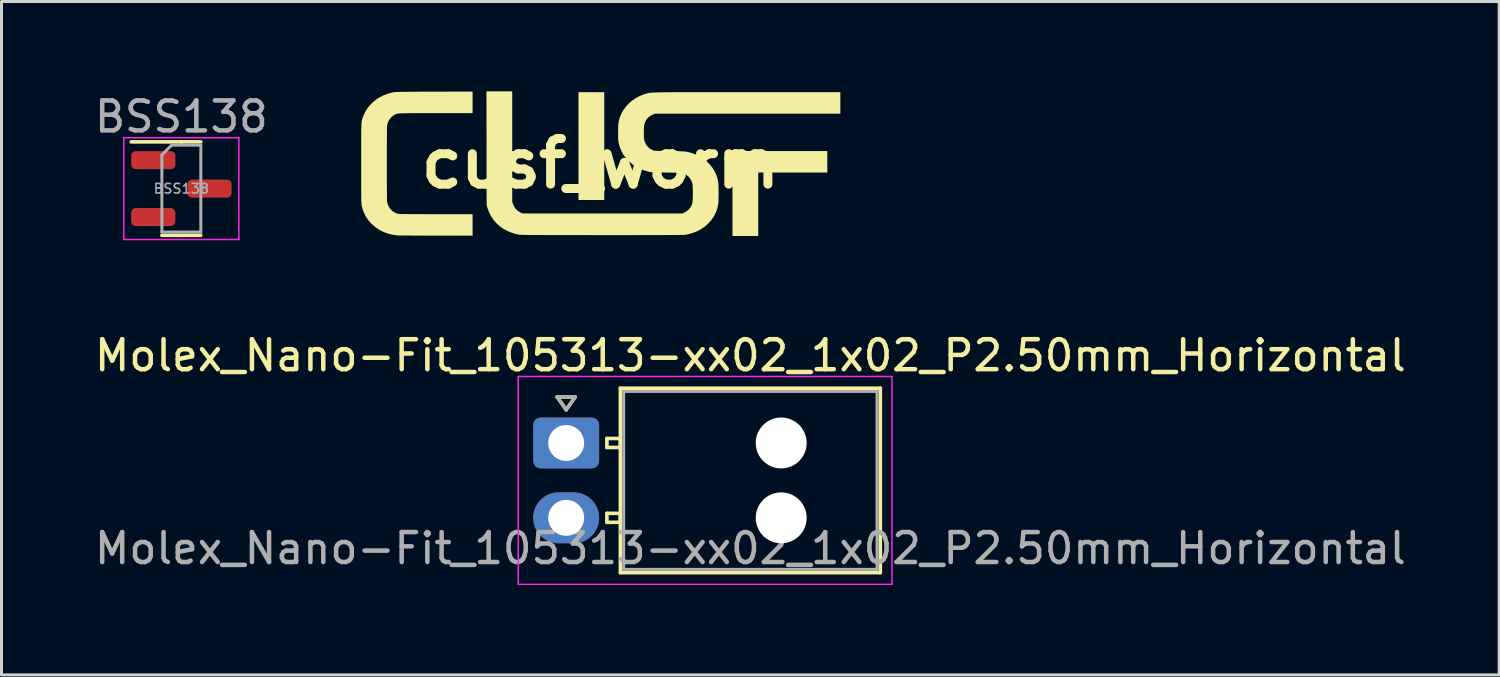
<source format=kicad_pcb>
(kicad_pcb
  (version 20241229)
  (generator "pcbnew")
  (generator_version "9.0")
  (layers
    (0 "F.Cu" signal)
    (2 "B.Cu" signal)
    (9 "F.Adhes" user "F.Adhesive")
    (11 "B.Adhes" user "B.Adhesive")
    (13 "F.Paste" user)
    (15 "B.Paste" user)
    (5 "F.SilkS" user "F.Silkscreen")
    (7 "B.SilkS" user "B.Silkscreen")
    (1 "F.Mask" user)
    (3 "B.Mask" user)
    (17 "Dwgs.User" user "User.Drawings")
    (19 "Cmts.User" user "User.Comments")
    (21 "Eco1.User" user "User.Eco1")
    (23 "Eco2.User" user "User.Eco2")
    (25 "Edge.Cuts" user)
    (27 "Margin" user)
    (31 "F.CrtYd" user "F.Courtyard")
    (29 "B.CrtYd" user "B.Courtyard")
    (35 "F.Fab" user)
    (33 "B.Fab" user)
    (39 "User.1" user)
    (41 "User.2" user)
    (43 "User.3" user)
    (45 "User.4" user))
  (footprint "cusf_worm"
    (layer "F.Cu")
    (at 17.004 2.41)
    (property "Reference" "cusf_worm" (at 0 0 0) (layer "F.SilkS") (effects (font (size 1.524 1.524) (thickness 0.3))))
    (attr board_only exclude_from_pos_files exclude_from_bom)
    (fp_poly (pts (xy 0.123 1.219) (xy -0.737 1.219) (xy -0.737 -2.382) (xy 0.123 -2.382)) (stroke (width 0) (type solid)) (fill yes) (layer "F.SilkS"))
    (fp_poly (pts (xy 7.572 0.302) (xy 5.265 0.302) (xy 5.265 2.42) (xy 4.405 2.42) (xy 4.405 -0.416) (xy 7.572 -0.416)) (stroke (width 0) (type solid)) (fill yes) (layer "F.SilkS"))
    (fp_poly (pts (xy -4.273 -1.683) (xy -5.485 -1.682) (xy -5.667 -1.682) (xy -5.831 -1.682) (xy -5.978 -1.682) (xy -6.109 -1.682) (xy -6.225 -1.682) (xy -6.327 -1.681) (xy -6.417 -1.681) (xy -6.495 -1.68) (xy -6.561 -1.678) (xy -6.618 -1.677) (xy -6.667 -1.675) (xy -6.707 -1.672) (xy -6.74 -1.669) (xy -6.768 -1.666) (xy -6.791 -1.662) (xy -6.81 -1.657) (xy -6.826 -1.652) (xy -6.841 -1.646) (xy -6.855 -1.64) (xy -6.869 -1.632) (xy -6.883 -1.625) (xy -6.952 -1.577) (xy -7.014 -1.516) (xy -7.065 -1.443) (xy -7.103 -1.364) (xy -7.126 -1.281) (xy -7.127 -1.271) (xy -7.129 -1.252) (xy -7.13 -1.216) (xy -7.131 -1.163) (xy -7.132 -1.095) (xy -7.133 -1.015) (xy -7.134 -0.922) (xy -7.135 -0.819) (xy -7.135 -0.707) (xy -7.136 -0.587) (xy -7.136 -0.461) (xy -7.136 -0.33) (xy -7.137 -0.195) (xy -7.137 -0.059) (xy -7.137 0.078) (xy -7.137 0.215) (xy -7.136 0.349) (xy -7.136 0.48) (xy -7.136 0.605) (xy -7.135 0.725) (xy -7.134 0.836) (xy -7.134 0.939) (xy -7.133 1.03) (xy -7.132 1.11) (xy -7.131 1.177) (xy -7.13 1.228) (xy -7.129 1.264) (xy -7.127 1.281) (xy -7.106 1.366) (xy -7.069 1.447) (xy -7.019 1.519) (xy -6.957 1.581) (xy -6.885 1.631) (xy -6.806 1.666) (xy -6.74 1.682) (xy -6.72 1.684) (xy -6.682 1.685) (xy -6.626 1.687) (xy -6.553 1.688) (xy -6.462 1.689) (xy -6.355 1.69) (xy -6.231 1.69) (xy -6.092 1.691) (xy -5.937 1.691) (xy -5.767 1.692) (xy -5.583 1.692) (xy -5.476 1.692) (xy -4.273 1.692) (xy -4.273 2.41) (xy -5.471 2.409) (xy -5.622 2.409) (xy -5.769 2.409) (xy -5.911 2.408) (xy -6.047 2.408) (xy -6.175 2.407) (xy -6.294 2.406) (xy -6.403 2.406) (xy -6.501 2.405) (xy -6.586 2.404) (xy -6.657 2.403) (xy -6.713 2.402) (xy -6.752 2.402) (xy -6.773 2.401) (xy -6.933 2.381) (xy -7.088 2.344) (xy -7.235 2.291) (xy -7.374 2.222) (xy -7.504 2.138) (xy -7.622 2.039) (xy -7.648 2.014) (xy -7.748 1.902) (xy -7.831 1.782) (xy -7.898 1.655) (xy -7.949 1.518) (xy -7.975 1.416) (xy -7.978 1.404) (xy -7.98 1.391) (xy -7.982 1.377) (xy -7.983 1.359) (xy -7.985 1.337) (xy -7.986 1.31) (xy -7.988 1.277) (xy -7.989 1.237) (xy -7.989 1.189) (xy -7.99 1.132) (xy -7.991 1.066) (xy -7.991 0.989) (xy -7.992 0.899) (xy -7.992 0.797) (xy -7.992 0.682) (xy -7.992 0.551) (xy -7.992 0.405) (xy -7.992 0.242) (xy -7.992 0.062) (xy -7.992 0.005) (xy -7.992 -0.184) (xy -7.992 -0.355) (xy -7.992 -0.509) (xy -7.992 -0.647) (xy -7.992 -0.77) (xy -7.992 -0.879) (xy -7.991 -0.976) (xy -7.991 -1.06) (xy -7.99 -1.133) (xy -7.988 -1.197) (xy -7.987 -1.252) (xy -7.985 -1.298) (xy -7.982 -1.338) (xy -7.98 -1.371) (xy -7.976 -1.4) (xy -7.973 -1.425) (xy -7.968 -1.447) (xy -7.963 -1.467) (xy -7.958 -1.486) (xy -7.952 -1.504) (xy -7.945 -1.524) (xy -7.937 -1.546) (xy -7.935 -1.551) (xy -7.88 -1.685) (xy -7.808 -1.81) (xy -7.722 -1.926) (xy -7.621 -2.032) (xy -7.507 -2.127) (xy -7.382 -2.209) (xy -7.246 -2.278) (xy -7.101 -2.332) (xy -7.075 -2.339) (xy -7.049 -2.347) (xy -7.025 -2.354) (xy -7.002 -2.36) (xy -6.98 -2.366) (xy -6.957 -2.371) (xy -6.932 -2.375) (xy -6.904 -2.379) (xy -6.873 -2.383) (xy -6.836 -2.385) (xy -6.794 -2.388) (xy -6.745 -2.39) (xy -6.688 -2.392) (xy -6.621 -2.393) (xy -6.545 -2.394) (xy -6.458 -2.395) (xy -6.358 -2.396) (xy -6.245 -2.397) (xy -6.118 -2.397) (xy -5.976 -2.398) (xy -5.818 -2.398) (xy -5.642 -2.398) (xy -5.547 -2.399) (xy -4.273 -2.402)) (stroke (width 0) (type solid)) (fill yes) (layer "F.SilkS"))
    (fp_poly (pts (xy -2.949 1.278) (xy -2.925 1.349) (xy -2.887 1.438) (xy -2.837 1.512) (xy -2.773 1.574) (xy -2.694 1.625) (xy -2.675 1.634) (xy -2.604 1.668) (xy 2.738 1.668) (xy 2.811 1.632) (xy 2.892 1.582) (xy 2.96 1.519) (xy 3.014 1.445) (xy 3.053 1.361) (xy 3.067 1.313) (xy 3.072 1.281) (xy 3.076 1.233) (xy 3.079 1.173) (xy 3.081 1.105) (xy 3.082 1.031) (xy 3.082 0.956) (xy 3.081 0.882) (xy 3.079 0.814) (xy 3.076 0.754) (xy 3.072 0.706) (xy 3.067 0.673) (xy 3.067 0.673) (xy 3.036 0.581) (xy 2.99 0.499) (xy 2.929 0.43) (xy 2.854 0.372) (xy 2.767 0.328) (xy 2.756 0.323) (xy 2.744 0.32) (xy 2.729 0.317) (xy 2.711 0.314) (xy 2.687 0.312) (xy 2.657 0.31) (xy 2.617 0.308) (xy 2.567 0.307) (xy 2.505 0.306) (xy 2.429 0.305) (xy 2.337 0.303) (xy 2.229 0.302) (xy 2.212 0.302) (xy 2.1 0.3) (xy 2.005 0.299) (xy 1.926 0.298) (xy 1.86 0.296) (xy 1.806 0.295) (xy 1.762 0.293) (xy 1.726 0.291) (xy 1.697 0.289) (xy 1.672 0.286) (xy 1.65 0.282) (xy 1.629 0.278) (xy 1.615 0.275) (xy 1.458 0.232) (xy 1.311 0.174) (xy 1.176 0.103) (xy 1.052 0.019) (xy 0.941 -0.077) (xy 0.843 -0.184) (xy 0.759 -0.302) (xy 0.69 -0.429) (xy 0.637 -0.566) (xy 0.605 -0.689) (xy 0.599 -0.721) (xy 0.595 -0.753) (xy 0.591 -0.787) (xy 0.589 -0.827) (xy 0.587 -0.875) (xy 0.586 -0.936) (xy 0.586 -1.012) (xy 0.586 -1.037) (xy 0.587 -1.132) (xy 0.588 -1.212) (xy 0.591 -1.279) (xy 0.596 -1.336) (xy 0.603 -1.387) (xy 0.613 -1.434) (xy 0.625 -1.481) (xy 0.639 -1.526) (xy 0.693 -1.659) (xy 0.763 -1.785) (xy 0.848 -1.902) (xy 0.947 -2.008) (xy 1.058 -2.104) (xy 1.181 -2.187) (xy 1.313 -2.257) (xy 1.454 -2.311) (xy 1.515 -2.33) (xy 1.532 -2.334) (xy 1.548 -2.339) (xy 1.563 -2.343) (xy 1.577 -2.347) (xy 1.591 -2.351) (xy 1.607 -2.354) (xy 1.624 -2.357) (xy 1.643 -2.36) (xy 1.665 -2.363) (xy 1.69 -2.365) (xy 1.719 -2.367) (xy 1.753 -2.369) (xy 1.792 -2.371) (xy 1.837 -2.373) (xy 1.889 -2.374) (xy 1.947 -2.376) (xy 2.013 -2.377) (xy 2.088 -2.378) (xy 2.172 -2.379) (xy 2.265 -2.379) (xy 2.369 -2.38) (xy 2.483 -2.381) (xy 2.609 -2.381) (xy 2.747 -2.381) (xy 2.898 -2.382) (xy 3.062 -2.382) (xy 3.24 -2.382) (xy 3.433 -2.382) (xy 3.641 -2.382) (xy 3.865 -2.382) (xy 4.105 -2.382) (xy 4.363 -2.382) (xy 4.638 -2.382) (xy 4.894 -2.382) (xy 8.007 -2.382) (xy 8.007 -1.664) (xy 1.825 -1.664) (xy 1.762 -1.641) (xy 1.676 -1.6) (xy 1.602 -1.545) (xy 1.54 -1.477) (xy 1.493 -1.397) (xy 1.462 -1.308) (xy 1.461 -1.302) (xy 1.455 -1.267) (xy 1.451 -1.217) (xy 1.448 -1.156) (xy 1.446 -1.088) (xy 1.446 -1.017) (xy 1.447 -0.948) (xy 1.449 -0.884) (xy 1.453 -0.829) (xy 1.458 -0.788) (xy 1.461 -0.777) (xy 1.491 -0.689) (xy 1.537 -0.609) (xy 1.597 -0.54) (xy 1.669 -0.483) (xy 1.748 -0.442) (xy 1.76 -0.438) (xy 1.772 -0.434) (xy 1.786 -0.43) (xy 1.804 -0.428) (xy 1.826 -0.425) (xy 1.856 -0.423) (xy 1.894 -0.422) (xy 1.942 -0.42) (xy 2.002 -0.419) (xy 2.075 -0.418) (xy 2.163 -0.417) (xy 2.269 -0.416) (xy 2.292 -0.415) (xy 2.407 -0.414) (xy 2.505 -0.412) (xy 2.587 -0.411) (xy 2.656 -0.409) (xy 2.712 -0.407) (xy 2.758 -0.405) (xy 2.796 -0.403) (xy 2.827 -0.4) (xy 2.852 -0.396) (xy 2.869 -0.394) (xy 3.023 -0.356) (xy 3.169 -0.304) (xy 3.306 -0.238) (xy 3.432 -0.16) (xy 3.546 -0.07) (xy 3.648 0.032) (xy 3.737 0.143) (xy 3.811 0.263) (xy 3.869 0.391) (xy 3.911 0.527) (xy 3.928 0.61) (xy 3.933 0.651) (xy 3.937 0.707) (xy 3.94 0.776) (xy 3.941 0.853) (xy 3.943 0.935) (xy 3.943 1.02) (xy 3.942 1.104) (xy 3.94 1.183) (xy 3.937 1.255) (xy 3.934 1.315) (xy 3.929 1.362) (xy 3.927 1.376) (xy 3.893 1.517) (xy 3.843 1.65) (xy 3.776 1.776) (xy 3.695 1.893) (xy 3.6 2) (xy 3.492 2.096) (xy 3.373 2.181) (xy 3.243 2.253) (xy 3.104 2.311) (xy 2.957 2.355) (xy 2.814 2.382) (xy 2.798 2.383) (xy 2.766 2.384) (xy 2.719 2.385) (xy 2.656 2.386) (xy 2.577 2.386) (xy 2.481 2.387) (xy 2.37 2.388) (xy 2.241 2.388) (xy 2.096 2.389) (xy 1.933 2.389) (xy 1.754 2.39) (xy 1.557 2.39) (xy 1.342 2.39) (xy 1.109 2.391) (xy 0.858 2.391) (xy 0.589 2.391) (xy 0.301 2.391) (xy 0.054 2.391) (xy -0.22 2.391) (xy -0.475 2.39) (xy -0.712 2.39) (xy -0.932 2.39) (xy -1.136 2.39) (xy -1.324 2.39) (xy -1.497 2.389) (xy -1.656 2.389) (xy -1.8 2.389) (xy -1.931 2.388) (xy -2.05 2.388) (xy -2.156 2.387) (xy -2.251 2.387) (xy -2.335 2.386) (xy -2.409 2.386) (xy -2.474 2.385) (xy -2.529 2.384) (xy -2.576 2.383) (xy -2.616 2.382) (xy -2.648 2.381) (xy -2.674 2.38) (xy -2.694 2.379) (xy -2.709 2.378) (xy -2.718 2.377) (xy -2.849 2.349) (xy -2.983 2.306) (xy -3.113 2.251) (xy -3.235 2.186) (xy -3.31 2.136) (xy -3.351 2.105) (xy -3.397 2.066) (xy -3.444 2.023) (xy -3.481 1.987) (xy -3.576 1.878) (xy -3.654 1.763) (xy -3.718 1.641) (xy -3.769 1.506) (xy -3.778 1.475) (xy -3.805 1.385) (xy -3.807 -0.513) (xy -3.81 -2.41) (xy -2.949 -2.41)) (stroke (width 0) (type solid)) (fill yes) (layer "F.SilkS")))
  (footprint "BSS138"
    (layer "F.Cu")
    (at 3.006 3.248)
    (property "Reference" "BSS138" (at 0 -2.4 0) (layer "F.Fab") (effects (font (size 1 1) (thickness 0.15))))
    (attr smd)
    (fp_line (start 0 -1.56) (end -1.675 -1.56) (stroke (width 0.12) (type solid)) (layer "F.SilkS"))
    (fp_line (start 0 -1.56) (end 0.65 -1.56) (stroke (width 0.12) (type solid)) (layer "F.SilkS"))
    (fp_line (start 0 1.56) (end -0.65 1.56) (stroke (width 0.12) (type solid)) (layer "F.SilkS"))
    (fp_line (start 0 1.56) (end 0.65 1.56) (stroke (width 0.12) (type solid)) (layer "F.SilkS"))
    (fp_line (start -1.92 -1.7) (end -1.92 1.7) (stroke (width 0.05) (type solid)) (layer "F.CrtYd"))
    (fp_line (start -1.92 1.7) (end 1.92 1.7) (stroke (width 0.05) (type solid)) (layer "F.CrtYd"))
    (fp_line (start 1.92 -1.7) (end -1.92 -1.7) (stroke (width 0.05) (type solid)) (layer "F.CrtYd"))
    (fp_line (start 1.92 1.7) (end 1.92 -1.7) (stroke (width 0.05) (type solid)) (layer "F.CrtYd"))
    (fp_line (start -0.65 -1.125) (end -0.325 -1.45) (stroke (width 0.1) (type solid)) (layer "F.Fab"))
    (fp_line (start -0.65 1.45) (end -0.65 -1.125) (stroke (width 0.1) (type solid)) (layer "F.Fab"))
    (fp_line (start -0.325 -1.45) (end 0.65 -1.45) (stroke (width 0.1) (type solid)) (layer "F.Fab"))
    (fp_line (start 0.65 -1.45) (end 0.65 1.45) (stroke (width 0.1) (type solid)) (layer "F.Fab"))
    (fp_line (start 0.65 1.45) (end -0.65 1.45) (stroke (width 0.1) (type solid)) (layer "F.Fab"))
    (fp_text user "${REFERENCE}" (at 0 0 0) (layer "F.Fab") (effects (font (size 0.32 0.32) (thickness 0.05))))
    (pad "1" smd roundrect (at -0.938 -0.95) (size 1.475 0.6) (layers "F.Cu" "F.Mask" "F.Paste") (roundrect_rratio 0.25))
    (pad "2" smd roundrect (at -0.938 0.95) (size 1.475 0.6) (layers "F.Cu" "F.Mask" "F.Paste") (roundrect_rratio 0.25))
    (pad "3" smd roundrect (at 0.938 0) (size 1.475 0.6) (layers "F.Cu" "F.Mask" "F.Paste") (roundrect_rratio 0.25)))
  (footprint "Molex_Nano-Fit_105313-xx02_1x02_P2.50mm_Horizontal"
    (layer "F.Cu")
    (at 15.856 11.742)
    (property "Reference" "Molex_Nano-Fit_105313-xx02_1x02_P2.50mm_Horizontal" (at 6.15 -2.92 0) (layer "F.SilkS") (effects (font (size 1 1) (thickness 0.15))))
    (attr through_hole)
    (fp_line (start -0.3 -1.534) (end 0 -1.11) (stroke (width 0.12) (type solid)) (layer "F.SilkS"))
    (fp_line (start 0 -1.11) (end 0.3 -1.534) (stroke (width 0.12) (type solid)) (layer "F.SilkS"))
    (fp_line (start 0.3 -1.534) (end -0.3 -1.534) (stroke (width 0.12) (type solid)) (layer "F.SilkS"))
    (fp_line (start 1.36 -0.15) (end 1.36 0.15) (stroke (width 0.12) (type solid)) (layer "F.SilkS"))
    (fp_line (start 1.36 0.15) (end 1.81 0.15) (stroke (width 0.12) (type solid)) (layer "F.SilkS"))
    (fp_line (start 1.36 2.35) (end 1.36 2.65) (stroke (width 0.12) (type solid)) (layer "F.SilkS"))
    (fp_line (start 1.36 2.65) (end 1.81 2.65) (stroke (width 0.12) (type solid)) (layer "F.SilkS"))
    (fp_line (start 1.81 -1.83) (end 1.81 4.33) (stroke (width 0.12) (type solid)) (layer "F.SilkS"))
    (fp_line (start 1.81 -0.15) (end 1.36 -0.15) (stroke (width 0.12) (type solid)) (layer "F.SilkS"))
    (fp_line (start 1.81 0.15) (end 1.81 -0.15) (stroke (width 0.12) (type solid)) (layer "F.SilkS"))
    (fp_line (start 1.81 2.35) (end 1.36 2.35) (stroke (width 0.12) (type solid)) (layer "F.SilkS"))
    (fp_line (start 1.81 2.65) (end 1.81 2.35) (stroke (width 0.12) (type solid)) (layer "F.SilkS"))
    (fp_line (start 1.81 4.33) (end 10.49 4.33) (stroke (width 0.12) (type solid)) (layer "F.SilkS"))
    (fp_line (start 10.49 -1.83) (end 1.81 -1.83) (stroke (width 0.12) (type solid)) (layer "F.SilkS"))
    (fp_line (start 10.49 4.33) (end 10.49 -1.83) (stroke (width 0.12) (type solid)) (layer "F.SilkS"))
    (fp_line (start -1.6 -2.22) (end -1.6 4.72) (stroke (width 0.05) (type solid)) (layer "F.CrtYd"))
    (fp_line (start -1.6 4.72) (end 10.88 4.72) (stroke (width 0.05) (type solid)) (layer "F.CrtYd"))
    (fp_line (start 10.88 -2.22) (end -1.6 -2.22) (stroke (width 0.05) (type solid)) (layer "F.CrtYd"))
    (fp_line (start 10.88 4.72) (end 10.88 -2.22) (stroke (width 0.05) (type solid)) (layer "F.CrtYd"))
    (fp_line (start -0.3 -1.534) (end 0 -1.11) (stroke (width 0.1) (type solid)) (layer "F.Fab"))
    (fp_line (start 0 -1.11) (end 0.3 -1.534) (stroke (width 0.1) (type solid)) (layer "F.Fab"))
    (fp_line (start 0.3 -1.534) (end -0.3 -1.534) (stroke (width 0.1) (type solid)) (layer "F.Fab"))
    (fp_line (start 1.92 -1.72) (end 1.92 4.22) (stroke (width 0.1) (type solid)) (layer "F.Fab"))
    (fp_line (start 1.92 4.22) (end 10.38 4.22) (stroke (width 0.1) (type solid)) (layer "F.Fab"))
    (fp_line (start 10.38 -1.72) (end 1.92 -1.72) (stroke (width 0.1) (type solid)) (layer "F.Fab"))
    (fp_line (start 10.38 4.22) (end 10.38 -1.72) (stroke (width 0.1) (type solid)) (layer "F.Fab"))
    (fp_text user "${REFERENCE}" (at 6.15 3.52 0) (layer "F.Fab") (effects (font (size 1 1) (thickness 0.15))))
    (pad "" np_thru_hole circle (at 7.18 0) (size 1.7 1.7) (drill 1.7) (layers "*.Cu" "*.Mask"))
    (pad "" np_thru_hole circle (at 7.18 2.5) (size 1.7 1.7) (drill 1.7) (layers "*.Cu" "*.Mask"))
    (pad "1" thru_hole roundrect (at 0 0) (size 2.2 1.7) (drill 1.2) (layers "*.Cu" "*.Mask") (roundrect_rratio 0.147))
    (pad "2" thru_hole oval (at 0 2.5) (size 2.2 1.7) (drill 1.2) (layers "*.Cu" "*.Mask")))
  (gr_rect
    (start -3 -3)
    (end 47.012 19.486)
    (stroke (width 0.1) (type default))
    (fill no)
    (layer "Edge.Cuts")))
</source>
